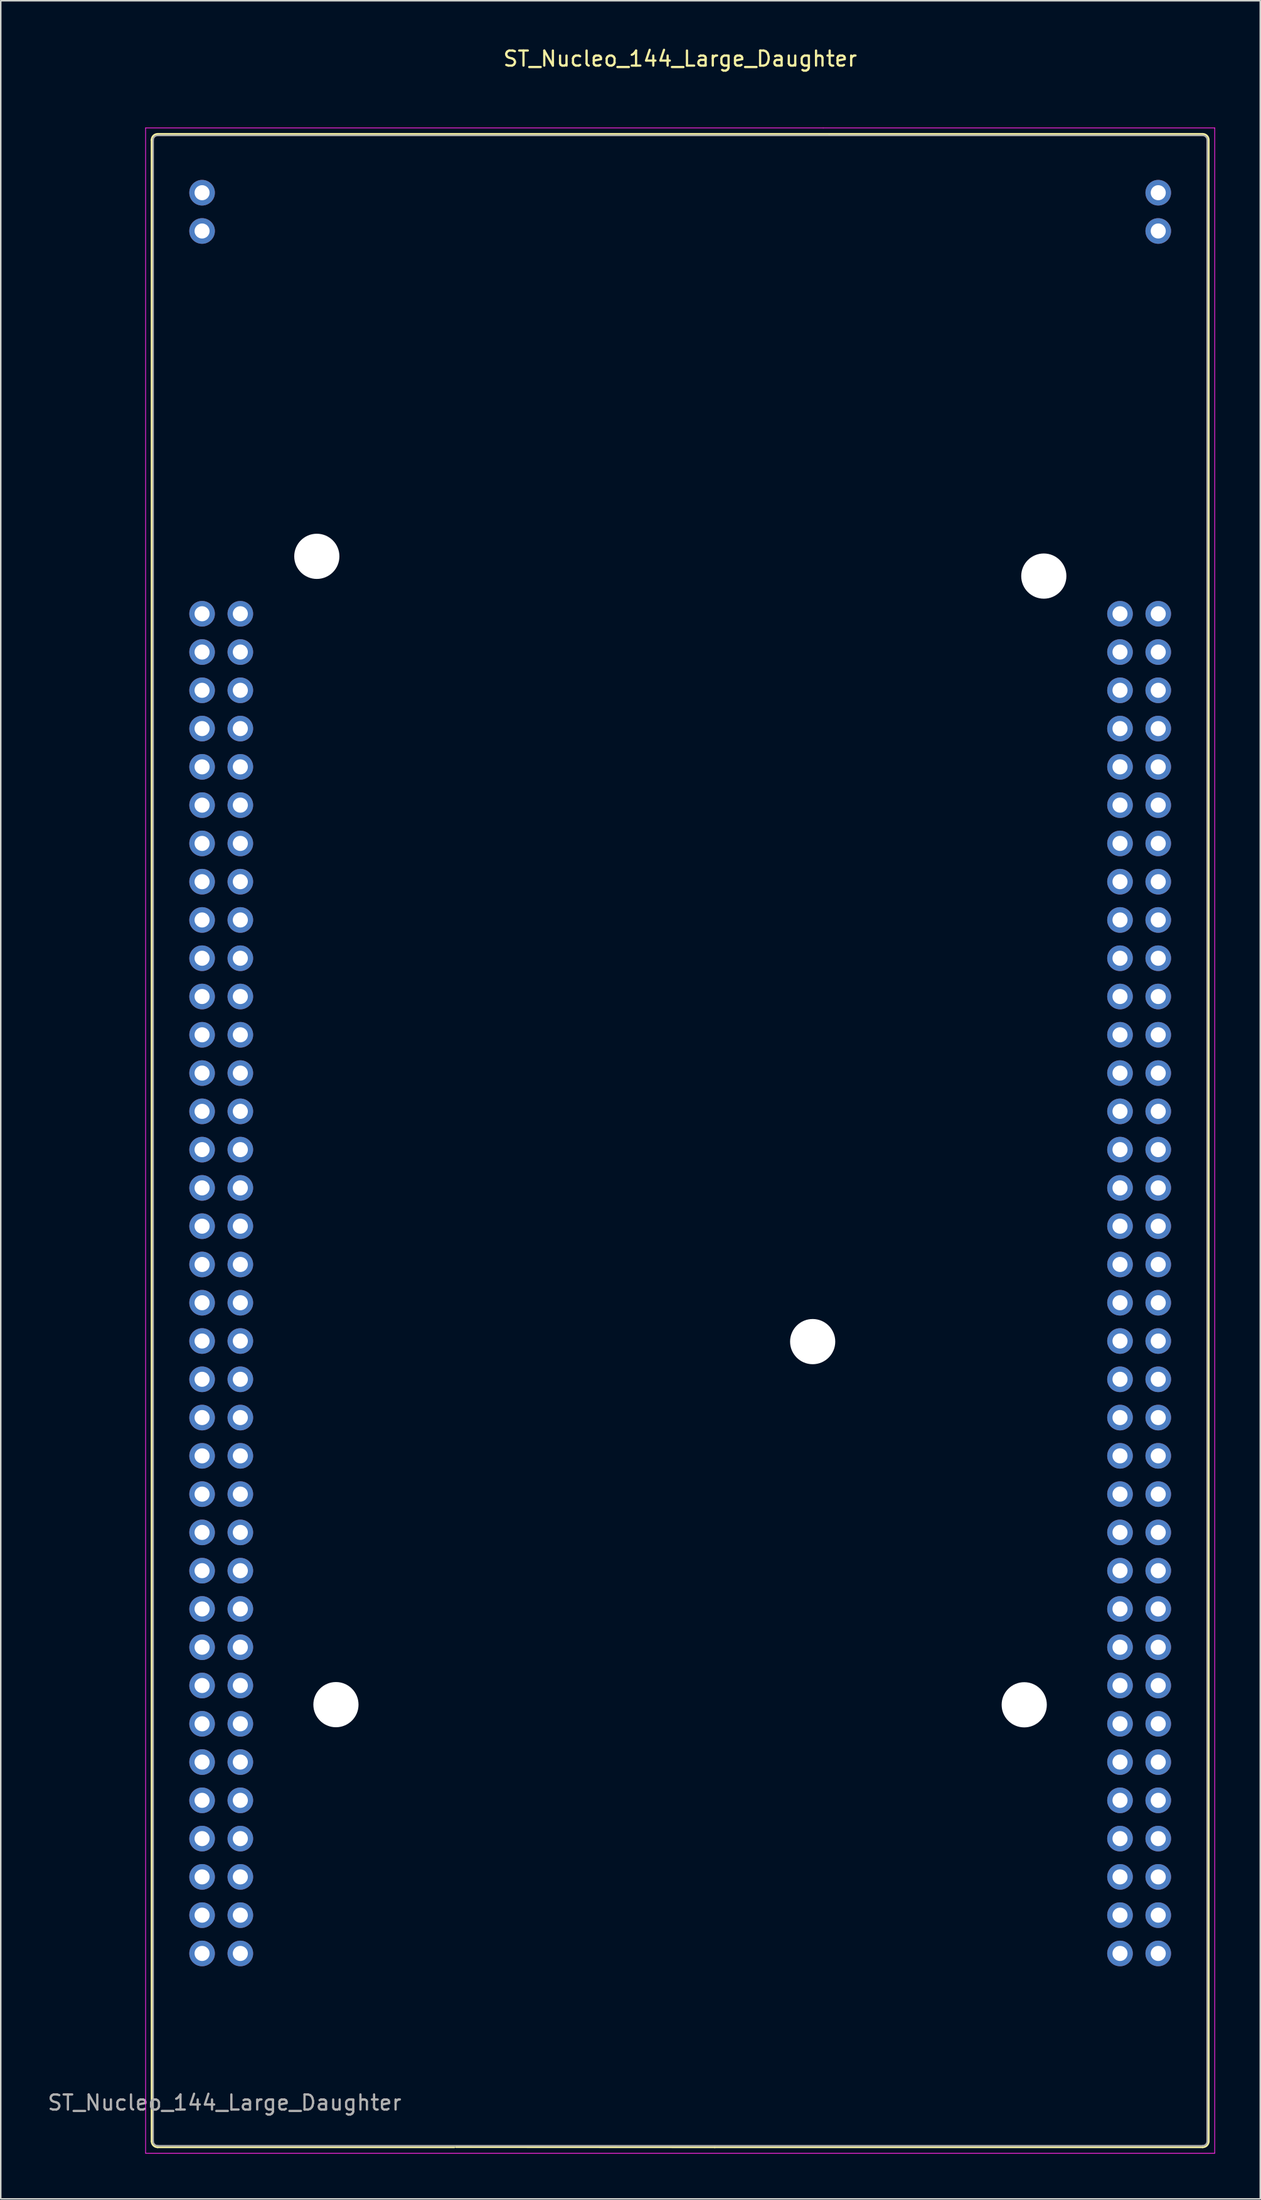
<source format=kicad_pcb>
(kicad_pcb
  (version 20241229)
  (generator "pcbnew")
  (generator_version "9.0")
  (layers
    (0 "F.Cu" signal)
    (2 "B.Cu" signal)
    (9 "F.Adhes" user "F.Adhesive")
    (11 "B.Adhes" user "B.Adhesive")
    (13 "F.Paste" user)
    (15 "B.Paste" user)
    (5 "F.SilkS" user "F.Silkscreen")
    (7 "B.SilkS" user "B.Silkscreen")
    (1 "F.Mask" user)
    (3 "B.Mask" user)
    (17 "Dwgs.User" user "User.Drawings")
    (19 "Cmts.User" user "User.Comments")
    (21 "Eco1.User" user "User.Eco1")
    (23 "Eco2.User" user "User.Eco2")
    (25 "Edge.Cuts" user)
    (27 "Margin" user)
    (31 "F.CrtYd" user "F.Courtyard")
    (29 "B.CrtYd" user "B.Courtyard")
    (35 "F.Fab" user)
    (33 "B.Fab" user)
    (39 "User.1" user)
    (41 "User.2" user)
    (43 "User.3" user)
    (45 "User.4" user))
  (footprint "ST_Nucleo_144_Large_Daughter"
    (layer "F.Cu")
    (at 10.37 37.678)
    (property "Reference" "ST_Nucleo_144_Large_Daughter" (at 31.75 -36.83 0) (layer "F.SilkS") (effects (font (size 1 1) (thickness 0.15))))
    (attr through_hole)
    (fp_line (start -3.35 -31.44) (end -3.35 101.36) (stroke (width 0.12) (type solid)) (layer "F.SilkS"))
    (fp_line (start 16.759 101.76) (end -2.95 101.76) (stroke (width 0.12) (type solid)) (layer "F.SilkS"))
    (fp_line (start 34.04 101.76) (end 16.86 101.75) (stroke (width 0.12) (type solid)) (layer "F.SilkS"))
    (fp_line (start 34.051 101.76) (end 66.45 101.76) (stroke (width 0.12) (type solid)) (layer "F.SilkS"))
    (fp_line (start 41.64 -31.84) (end -2.95 -31.84) (stroke (width 0.12) (type solid)) (layer "F.SilkS"))
    (fp_line (start 41.656 -31.84) (end 66.45 -31.84) (stroke (width 0.12) (type solid)) (layer "F.SilkS"))
    (fp_line (start 66.85 101.36) (end 66.85 -31.44) (stroke (width 0.12) (type solid)) (layer "F.SilkS"))
    (fp_arc (start -3.35 -31.44) (mid -3.232843 -31.722843) (end -2.95 -31.84) (stroke (width 0.12) (type solid)) (layer "F.SilkS"))
    (fp_arc (start -2.95 101.76) (mid -3.232843 101.642843) (end -3.35 101.36) (stroke (width 0.12) (type solid)) (layer "F.SilkS"))
    (fp_arc (start 66.45 -31.84) (mid 66.732843 -31.722843) (end 66.85 -31.44) (stroke (width 0.12) (type solid)) (layer "F.SilkS"))
    (fp_arc (start 66.85 101.36) (mid 66.732843 101.642843) (end 66.45 101.76) (stroke (width 0.12) (type solid)) (layer "F.SilkS"))
    (fp_line (start -3.75 -32.24) (end -3.75 102.16) (stroke (width 0.05) (type solid)) (layer "F.CrtYd"))
    (fp_line (start -3.75 102.16) (end 8.25 102.16) (stroke (width 0.05) (type solid)) (layer "F.CrtYd"))
    (fp_line (start 41.25 -32.24) (end 67.25 -32.24) (stroke (width 0.05) (type solid)) (layer "F.CrtYd"))
    (fp_line (start 41.25 -32.24) (end -3.75 -32.24) (stroke (width 0.05) (type solid)) (layer "F.CrtYd"))
    (fp_line (start 67.25 102.16) (end 8.255 102.16) (stroke (width 0.05) (type solid)) (layer "F.CrtYd"))
    (fp_line (start 67.25 102.16) (end 67.25 -32.24) (stroke (width 0.05) (type solid)) (layer "F.CrtYd"))
    (fp_line (start -3.25 101.36) (end -3.25 -31.44) (stroke (width 0.1) (type solid)) (layer "F.Fab"))
    (fp_line (start 66.45 -31.74) (end -2.95 -31.74) (stroke (width 0.1) (type solid)) (layer "F.Fab"))
    (fp_line (start 66.45 101.66) (end -2.95 101.66) (stroke (width 0.1) (type solid)) (layer "F.Fab"))
    (fp_line (start 66.75 101.36) (end 66.75 -31.44) (stroke (width 0.1) (type solid)) (layer "F.Fab"))
    (fp_arc (start -3.25 -31.44) (mid -3.162132 -31.652132) (end -2.95 -31.74) (stroke (width 0.1) (type solid)) (layer "F.Fab"))
    (fp_arc (start -2.95 101.66) (mid -3.162132 101.572132) (end -3.25 101.36) (stroke (width 0.1) (type solid)) (layer "F.Fab"))
    (fp_arc (start 66.45 -31.74) (mid 66.662132 -31.652132) (end 66.75 -31.44) (stroke (width 0.1) (type solid)) (layer "F.Fab"))
    (fp_arc (start 66.75 101.36) (mid 66.662132 101.572132) (end 66.45 101.66) (stroke (width 0.1) (type solid)) (layer "F.Fab"))
    (fp_text user "${REFERENCE}" (at 1.494 98.801 0) (layer "F.Fab") (effects (font (size 1 1) (thickness 0.15))))
    (pad "" np_thru_hole circle (at 7.62 -3.81) (size 3 3) (drill 3) (layers "*.Cu" "*.Mask"))
    (pad "" np_thru_hole circle (at 8.89 72.39) (size 3 3) (drill 3) (layers "*.Cu" "*.Mask"))
    (pad "" np_thru_hole circle (at 40.55 48.3) (size 3 3) (drill 3) (layers "*.Cu" "*.Mask"))
    (pad "" np_thru_hole circle (at 54.6 72.4) (size 3 3) (drill 3) (layers "*.Cu" "*.Mask"))
    (pad "" np_thru_hole circle (at 55.9 -2.5) (size 3 3) (drill 3) (layers "*.Cu" "*.Mask"))
    (pad "1" thru_hole circle (at 0 0) (size 1.7 1.7) (drill 1) (layers "*.Cu" "*.Mask"))
    (pad "2" thru_hole circle (at 2.54 0) (size 1.7 1.7) (drill 1) (layers "*.Cu" "*.Mask"))
    (pad "3" thru_hole circle (at 0 2.54) (size 1.7 1.7) (drill 1) (layers "*.Cu" "*.Mask"))
    (pad "4" thru_hole circle (at 2.54 2.54) (size 1.7 1.7) (drill 1) (layers "*.Cu" "*.Mask"))
    (pad "5" thru_hole circle (at 0 5.08) (size 1.7 1.7) (drill 1) (layers "*.Cu" "*.Mask"))
    (pad "6" thru_hole circle (at 2.54 5.08) (size 1.7 1.7) (drill 1) (layers "*.Cu" "*.Mask"))
    (pad "7" thru_hole circle (at 0 7.62) (size 1.7 1.7) (drill 1) (layers "*.Cu" "*.Mask"))
    (pad "8" thru_hole circle (at 2.54 7.62) (size 1.7 1.7) (drill 1) (layers "*.Cu" "*.Mask"))
    (pad "9" thru_hole circle (at 0 10.16) (size 1.7 1.7) (drill 1) (layers "*.Cu" "*.Mask"))
    (pad "10" thru_hole circle (at 2.54 10.16) (size 1.7 1.7) (drill 1) (layers "*.Cu" "*.Mask"))
    (pad "11" thru_hole circle (at 0 12.7) (size 1.7 1.7) (drill 1) (layers "*.Cu" "*.Mask"))
    (pad "12" thru_hole circle (at 2.54 12.7) (size 1.7 1.7) (drill 1) (layers "*.Cu" "*.Mask"))
    (pad "13" thru_hole circle (at 0 15.24) (size 1.7 1.7) (drill 1) (layers "*.Cu" "*.Mask"))
    (pad "14" thru_hole circle (at 2.54 15.24) (size 1.7 1.7) (drill 1) (layers "*.Cu" "*.Mask"))
    (pad "15" thru_hole circle (at 0 17.78) (size 1.7 1.7) (drill 1) (layers "*.Cu" "*.Mask"))
    (pad "16" thru_hole circle (at 2.54 17.78) (size 1.7 1.7) (drill 1) (layers "*.Cu" "*.Mask"))
    (pad "17" thru_hole circle (at 0 20.32) (size 1.7 1.7) (drill 1) (layers "*.Cu" "*.Mask"))
    (pad "18" thru_hole circle (at 2.54 20.32) (size 1.7 1.7) (drill 1) (layers "*.Cu" "*.Mask"))
    (pad "19" thru_hole circle (at 0 22.86) (size 1.7 1.7) (drill 1) (layers "*.Cu" "*.Mask"))
    (pad "20" thru_hole circle (at 2.54 22.86) (size 1.7 1.7) (drill 1) (layers "*.Cu" "*.Mask"))
    (pad "21" thru_hole circle (at 0 25.4) (size 1.7 1.7) (drill 1) (layers "*.Cu" "*.Mask"))
    (pad "22" thru_hole circle (at 2.54 25.4) (size 1.7 1.7) (drill 1) (layers "*.Cu" "*.Mask"))
    (pad "23" thru_hole circle (at 0 27.94) (size 1.7 1.7) (drill 1) (layers "*.Cu" "*.Mask"))
    (pad "24" thru_hole circle (at 2.54 27.94) (size 1.7 1.7) (drill 1) (layers "*.Cu" "*.Mask"))
    (pad "25" thru_hole circle (at 0 30.48) (size 1.7 1.7) (drill 1) (layers "*.Cu" "*.Mask"))
    (pad "26" thru_hole circle (at 2.54 30.48) (size 1.7 1.7) (drill 1) (layers "*.Cu" "*.Mask"))
    (pad "27" thru_hole circle (at 0 33.02) (size 1.7 1.7) (drill 1) (layers "*.Cu" "*.Mask"))
    (pad "28" thru_hole circle (at 2.54 33.02) (size 1.7 1.7) (drill 1) (layers "*.Cu" "*.Mask"))
    (pad "29" thru_hole circle (at 0 35.56) (size 1.7 1.7) (drill 1) (layers "*.Cu" "*.Mask"))
    (pad "30" thru_hole circle (at 2.54 35.56) (size 1.7 1.7) (drill 1) (layers "*.Cu" "*.Mask"))
    (pad "31" thru_hole circle (at 0 38.1) (size 1.7 1.7) (drill 1) (layers "*.Cu" "*.Mask"))
    (pad "32" thru_hole circle (at 2.54 38.1) (size 1.7 1.7) (drill 1) (layers "*.Cu" "*.Mask"))
    (pad "33" thru_hole circle (at 0 40.64) (size 1.7 1.7) (drill 1) (layers "*.Cu" "*.Mask"))
    (pad "34" thru_hole circle (at 2.54 40.64) (size 1.7 1.7) (drill 1) (layers "*.Cu" "*.Mask"))
    (pad "35" thru_hole circle (at 0 43.18) (size 1.7 1.7) (drill 1) (layers "*.Cu" "*.Mask"))
    (pad "36" thru_hole circle (at 2.54 43.18) (size 1.7 1.7) (drill 1) (layers "*.Cu" "*.Mask"))
    (pad "37" thru_hole circle (at 0 45.72) (size 1.7 1.7) (drill 1) (layers "*.Cu" "*.Mask"))
    (pad "38" thru_hole circle (at 2.54 45.72) (size 1.7 1.7) (drill 1) (layers "*.Cu" "*.Mask"))
    (pad "39" thru_hole circle (at 0 48.26) (size 1.7 1.7) (drill 1) (layers "*.Cu" "*.Mask"))
    (pad "40" thru_hole circle (at 2.54 48.26) (size 1.7 1.7) (drill 1) (layers "*.Cu" "*.Mask"))
    (pad "41" thru_hole circle (at 0 50.8) (size 1.7 1.7) (drill 1) (layers "*.Cu" "*.Mask"))
    (pad "42" thru_hole circle (at 2.54 50.8) (size 1.7 1.7) (drill 1) (layers "*.Cu" "*.Mask"))
    (pad "43" thru_hole circle (at 0 53.34) (size 1.7 1.7) (drill 1) (layers "*.Cu" "*.Mask"))
    (pad "44" thru_hole circle (at 2.54 53.34) (size 1.7 1.7) (drill 1) (layers "*.Cu" "*.Mask"))
    (pad "45" thru_hole circle (at 0 55.88) (size 1.7 1.7) (drill 1) (layers "*.Cu" "*.Mask"))
    (pad "46" thru_hole circle (at 2.54 55.88) (size 1.7 1.7) (drill 1) (layers "*.Cu" "*.Mask"))
    (pad "47" thru_hole circle (at 0 58.42) (size 1.7 1.7) (drill 1) (layers "*.Cu" "*.Mask"))
    (pad "48" thru_hole circle (at 2.54 58.42) (size 1.7 1.7) (drill 1) (layers "*.Cu" "*.Mask"))
    (pad "49" thru_hole circle (at 0 60.96) (size 1.7 1.7) (drill 1) (layers "*.Cu" "*.Mask"))
    (pad "50" thru_hole circle (at 2.54 60.96) (size 1.7 1.7) (drill 1) (layers "*.Cu" "*.Mask"))
    (pad "51" thru_hole circle (at 0 63.5) (size 1.7 1.7) (drill 1) (layers "*.Cu" "*.Mask"))
    (pad "52" thru_hole circle (at 2.54 63.5) (size 1.7 1.7) (drill 1) (layers "*.Cu" "*.Mask"))
    (pad "53" thru_hole circle (at 0 66.04) (size 1.7 1.7) (drill 1) (layers "*.Cu" "*.Mask"))
    (pad "54" thru_hole circle (at 2.54 66.04) (size 1.7 1.7) (drill 1) (layers "*.Cu" "*.Mask"))
    (pad "55" thru_hole circle (at 0 68.58) (size 1.7 1.7) (drill 1) (layers "*.Cu" "*.Mask"))
    (pad "56" thru_hole circle (at 2.54 68.58) (size 1.7 1.7) (drill 1) (layers "*.Cu" "*.Mask"))
    (pad "57" thru_hole circle (at 0 71.12) (size 1.7 1.7) (drill 1) (layers "*.Cu" "*.Mask"))
    (pad "58" thru_hole circle (at 2.54 71.12) (size 1.7 1.7) (drill 1) (layers "*.Cu" "*.Mask"))
    (pad "59" thru_hole circle (at 0 73.66) (size 1.7 1.7) (drill 1) (layers "*.Cu" "*.Mask"))
    (pad "60" thru_hole circle (at 2.54 73.66) (size 1.7 1.7) (drill 1) (layers "*.Cu" "*.Mask"))
    (pad "61" thru_hole circle (at 0 76.2) (size 1.7 1.7) (drill 1) (layers "*.Cu" "*.Mask"))
    (pad "62" thru_hole circle (at 2.54 76.2) (size 1.7 1.7) (drill 1) (layers "*.Cu" "*.Mask"))
    (pad "63" thru_hole circle (at 0 78.74) (size 1.7 1.7) (drill 1) (layers "*.Cu" "*.Mask"))
    (pad "64" thru_hole circle (at 2.54 78.74) (size 1.7 1.7) (drill 1) (layers "*.Cu" "*.Mask"))
    (pad "65" thru_hole circle (at 0 81.28) (size 1.7 1.7) (drill 1) (layers "*.Cu" "*.Mask"))
    (pad "66" thru_hole circle (at 2.54 81.28) (size 1.7 1.7) (drill 1) (layers "*.Cu" "*.Mask"))
    (pad "67" thru_hole circle (at 0 83.82) (size 1.7 1.7) (drill 1) (layers "*.Cu" "*.Mask"))
    (pad "68" thru_hole circle (at 2.54 83.82) (size 1.7 1.7) (drill 1) (layers "*.Cu" "*.Mask"))
    (pad "69" thru_hole circle (at 0 86.36) (size 1.7 1.7) (drill 1) (layers "*.Cu" "*.Mask"))
    (pad "70" thru_hole circle (at 2.54 86.36) (size 1.7 1.7) (drill 1) (layers "*.Cu" "*.Mask"))
    (pad "71" thru_hole circle (at 0 88.9) (size 1.7 1.7) (drill 1) (layers "*.Cu" "*.Mask"))
    (pad "72" thru_hole circle (at 2.54 88.9) (size 1.7 1.7) (drill 1) (layers "*.Cu" "*.Mask"))
    (pad "73" thru_hole circle (at 60.96 0) (size 1.7 1.7) (drill 1) (layers "*.Cu" "*.Mask"))
    (pad "74" thru_hole circle (at 63.5 0) (size 1.7 1.7) (drill 1) (layers "*.Cu" "*.Mask"))
    (pad "75" thru_hole circle (at 60.96 2.54) (size 1.7 1.7) (drill 1) (layers "*.Cu" "*.Mask"))
    (pad "76" thru_hole circle (at 63.5 2.54) (size 1.7 1.7) (drill 1) (layers "*.Cu" "*.Mask"))
    (pad "77" thru_hole circle (at 60.96 5.08) (size 1.7 1.7) (drill 1) (layers "*.Cu" "*.Mask"))
    (pad "78" thru_hole circle (at 63.5 5.08) (size 1.7 1.7) (drill 1) (layers "*.Cu" "*.Mask"))
    (pad "79" thru_hole circle (at 60.96 7.62) (size 1.7 1.7) (drill 1) (layers "*.Cu" "*.Mask"))
    (pad "80" thru_hole circle (at 63.5 7.62) (size 1.7 1.7) (drill 1) (layers "*.Cu" "*.Mask"))
    (pad "81" thru_hole circle (at 60.96 10.16) (size 1.7 1.7) (drill 1) (layers "*.Cu" "*.Mask"))
    (pad "82" thru_hole circle (at 63.5 10.16) (size 1.7 1.7) (drill 1) (layers "*.Cu" "*.Mask"))
    (pad "83" thru_hole circle (at 60.96 12.7) (size 1.7 1.7) (drill 1) (layers "*.Cu" "*.Mask"))
    (pad "84" thru_hole circle (at 63.5 12.7) (size 1.7 1.7) (drill 1) (layers "*.Cu" "*.Mask"))
    (pad "85" thru_hole circle (at 60.96 15.24) (size 1.7 1.7) (drill 1) (layers "*.Cu" "*.Mask"))
    (pad "86" thru_hole circle (at 63.5 15.24) (size 1.7 1.7) (drill 1) (layers "*.Cu" "*.Mask"))
    (pad "87" thru_hole circle (at 60.96 17.78) (size 1.7 1.7) (drill 1) (layers "*.Cu" "*.Mask"))
    (pad "88" thru_hole circle (at 63.5 17.78) (size 1.7 1.7) (drill 1) (layers "*.Cu" "*.Mask"))
    (pad "89" thru_hole circle (at 60.96 20.32) (size 1.7 1.7) (drill 1) (layers "*.Cu" "*.Mask"))
    (pad "90" thru_hole circle (at 63.5 20.32) (size 1.7 1.7) (drill 1) (layers "*.Cu" "*.Mask"))
    (pad "91" thru_hole circle (at 60.96 22.86) (size 1.7 1.7) (drill 1) (layers "*.Cu" "*.Mask"))
    (pad "92" thru_hole circle (at 63.5 22.86) (size 1.7 1.7) (drill 1) (layers "*.Cu" "*.Mask"))
    (pad "93" thru_hole circle (at 60.96 25.4) (size 1.7 1.7) (drill 1) (layers "*.Cu" "*.Mask"))
    (pad "94" thru_hole circle (at 63.5 25.4) (size 1.7 1.7) (drill 1) (layers "*.Cu" "*.Mask"))
    (pad "95" thru_hole circle (at 60.96 27.94) (size 1.7 1.7) (drill 1) (layers "*.Cu" "*.Mask"))
    (pad "96" thru_hole circle (at 63.5 27.94) (size 1.7 1.7) (drill 1) (layers "*.Cu" "*.Mask"))
    (pad "97" thru_hole circle (at 60.96 30.48) (size 1.7 1.7) (drill 1) (layers "*.Cu" "*.Mask"))
    (pad "98" thru_hole circle (at 63.5 30.48) (size 1.7 1.7) (drill 1) (layers "*.Cu" "*.Mask"))
    (pad "99" thru_hole circle (at 60.96 33.02) (size 1.7 1.7) (drill 1) (layers "*.Cu" "*.Mask"))
    (pad "100" thru_hole circle (at 63.5 33.02) (size 1.7 1.7) (drill 1) (layers "*.Cu" "*.Mask"))
    (pad "101" thru_hole circle (at 60.96 35.56) (size 1.7 1.7) (drill 1) (layers "*.Cu" "*.Mask"))
    (pad "102" thru_hole circle (at 63.5 35.56) (size 1.7 1.7) (drill 1) (layers "*.Cu" "*.Mask"))
    (pad "103" thru_hole circle (at 60.96 38.1) (size 1.7 1.7) (drill 1) (layers "*.Cu" "*.Mask"))
    (pad "104" thru_hole circle (at 63.5 38.1) (size 1.7 1.7) (drill 1) (layers "*.Cu" "*.Mask"))
    (pad "105" thru_hole circle (at 60.96 40.64) (size 1.7 1.7) (drill 1) (layers "*.Cu" "*.Mask"))
    (pad "106" thru_hole circle (at 63.5 40.64) (size 1.7 1.7) (drill 1) (layers "*.Cu" "*.Mask"))
    (pad "107" thru_hole circle (at 60.96 43.18) (size 1.7 1.7) (drill 1) (layers "*.Cu" "*.Mask"))
    (pad "108" thru_hole circle (at 63.5 43.18) (size 1.7 1.7) (drill 1) (layers "*.Cu" "*.Mask"))
    (pad "109" thru_hole circle (at 60.96 45.72) (size 1.7 1.7) (drill 1) (layers "*.Cu" "*.Mask"))
    (pad "110" thru_hole circle (at 63.5 45.72) (size 1.7 1.7) (drill 1) (layers "*.Cu" "*.Mask"))
    (pad "111" thru_hole circle (at 60.96 48.26) (size 1.7 1.7) (drill 1) (layers "*.Cu" "*.Mask"))
    (pad "112" thru_hole circle (at 63.5 48.26) (size 1.7 1.7) (drill 1) (layers "*.Cu" "*.Mask"))
    (pad "113" thru_hole circle (at 60.96 50.8) (size 1.7 1.7) (drill 1) (layers "*.Cu" "*.Mask"))
    (pad "114" thru_hole circle (at 63.5 50.8) (size 1.7 1.7) (drill 1) (layers "*.Cu" "*.Mask"))
    (pad "115" thru_hole circle (at 60.96 53.34) (size 1.7 1.7) (drill 1) (layers "*.Cu" "*.Mask"))
    (pad "116" thru_hole circle (at 63.5 53.34) (size 1.7 1.7) (drill 1) (layers "*.Cu" "*.Mask"))
    (pad "117" thru_hole circle (at 60.96 55.88) (size 1.7 1.7) (drill 1) (layers "*.Cu" "*.Mask"))
    (pad "118" thru_hole circle (at 63.5 55.88) (size 1.7 1.7) (drill 1) (layers "*.Cu" "*.Mask"))
    (pad "119" thru_hole circle (at 60.96 58.42) (size 1.7 1.7) (drill 1) (layers "*.Cu" "*.Mask"))
    (pad "120" thru_hole circle (at 63.5 58.42) (size 1.7 1.7) (drill 1) (layers "*.Cu" "*.Mask"))
    (pad "121" thru_hole circle (at 60.96 60.96) (size 1.7 1.7) (drill 1) (layers "*.Cu" "*.Mask"))
    (pad "122" thru_hole circle (at 63.5 60.96) (size 1.7 1.7) (drill 1) (layers "*.Cu" "*.Mask"))
    (pad "123" thru_hole circle (at 60.96 63.5) (size 1.7 1.7) (drill 1) (layers "*.Cu" "*.Mask"))
    (pad "124" thru_hole circle (at 63.5 63.5) (size 1.7 1.7) (drill 1) (layers "*.Cu" "*.Mask"))
    (pad "125" thru_hole circle (at 60.96 66.04) (size 1.7 1.7) (drill 1) (layers "*.Cu" "*.Mask"))
    (pad "126" thru_hole circle (at 63.5 66.04) (size 1.7 1.7) (drill 1) (layers "*.Cu" "*.Mask"))
    (pad "127" thru_hole circle (at 60.96 68.58) (size 1.7 1.7) (drill 1) (layers "*.Cu" "*.Mask"))
    (pad "128" thru_hole circle (at 63.5 68.58) (size 1.7 1.7) (drill 1) (layers "*.Cu" "*.Mask"))
    (pad "129" thru_hole circle (at 60.96 71.12) (size 1.7 1.7) (drill 1) (layers "*.Cu" "*.Mask"))
    (pad "130" thru_hole circle (at 63.5 71.12) (size 1.7 1.7) (drill 1) (layers "*.Cu" "*.Mask"))
    (pad "131" thru_hole circle (at 60.96 73.66) (size 1.7 1.7) (drill 1) (layers "*.Cu" "*.Mask"))
    (pad "132" thru_hole circle (at 63.5 73.66) (size 1.7 1.7) (drill 1) (layers "*.Cu" "*.Mask"))
    (pad "133" thru_hole circle (at 60.96 76.2) (size 1.7 1.7) (drill 1) (layers "*.Cu" "*.Mask"))
    (pad "134" thru_hole circle (at 63.5 76.2) (size 1.7 1.7) (drill 1) (layers "*.Cu" "*.Mask"))
    (pad "135" thru_hole circle (at 60.96 78.74) (size 1.7 1.7) (drill 1) (layers "*.Cu" "*.Mask"))
    (pad "136" thru_hole circle (at 63.5 78.74) (size 1.7 1.7) (drill 1) (layers "*.Cu" "*.Mask"))
    (pad "137" thru_hole circle (at 60.96 81.28) (size 1.7 1.7) (drill 1) (layers "*.Cu" "*.Mask"))
    (pad "138" thru_hole circle (at 63.5 81.28) (size 1.7 1.7) (drill 1) (layers "*.Cu" "*.Mask"))
    (pad "139" thru_hole circle (at 60.96 83.82) (size 1.7 1.7) (drill 1) (layers "*.Cu" "*.Mask"))
    (pad "140" thru_hole circle (at 63.5 83.82) (size 1.7 1.7) (drill 1) (layers "*.Cu" "*.Mask"))
    (pad "141" thru_hole circle (at 60.96 86.36) (size 1.7 1.7) (drill 1) (layers "*.Cu" "*.Mask"))
    (pad "142" thru_hole circle (at 63.5 86.36) (size 1.7 1.7) (drill 1) (layers "*.Cu" "*.Mask"))
    (pad "143" thru_hole circle (at 60.96 88.9) (size 1.7 1.7) (drill 1) (layers "*.Cu" "*.Mask"))
    (pad "144" thru_hole circle (at 63.5 88.9) (size 1.7 1.7) (drill 1) (layers "*.Cu" "*.Mask"))
    (pad "145" thru_hole circle (at 0 -27.94) (size 1.7 1.7) (drill 1) (layers "*.Cu" "*.Mask"))
    (pad "146" thru_hole circle (at 0 -25.4) (size 1.7 1.7) (drill 1) (layers "*.Cu" "*.Mask"))
    (pad "147" thru_hole circle (at 63.5 -27.94) (size 1.7 1.7) (drill 1) (layers "*.Cu" "*.Mask"))
    (pad "148" thru_hole circle (at 63.5 -25.4) (size 1.7 1.7) (drill 1) (layers "*.Cu" "*.Mask")))
  (gr_rect
    (start -3 -3)
    (end 80.645 142.863)
    (stroke (width 0.1) (type default))
    (fill no)
    (layer "Edge.Cuts")))
</source>
